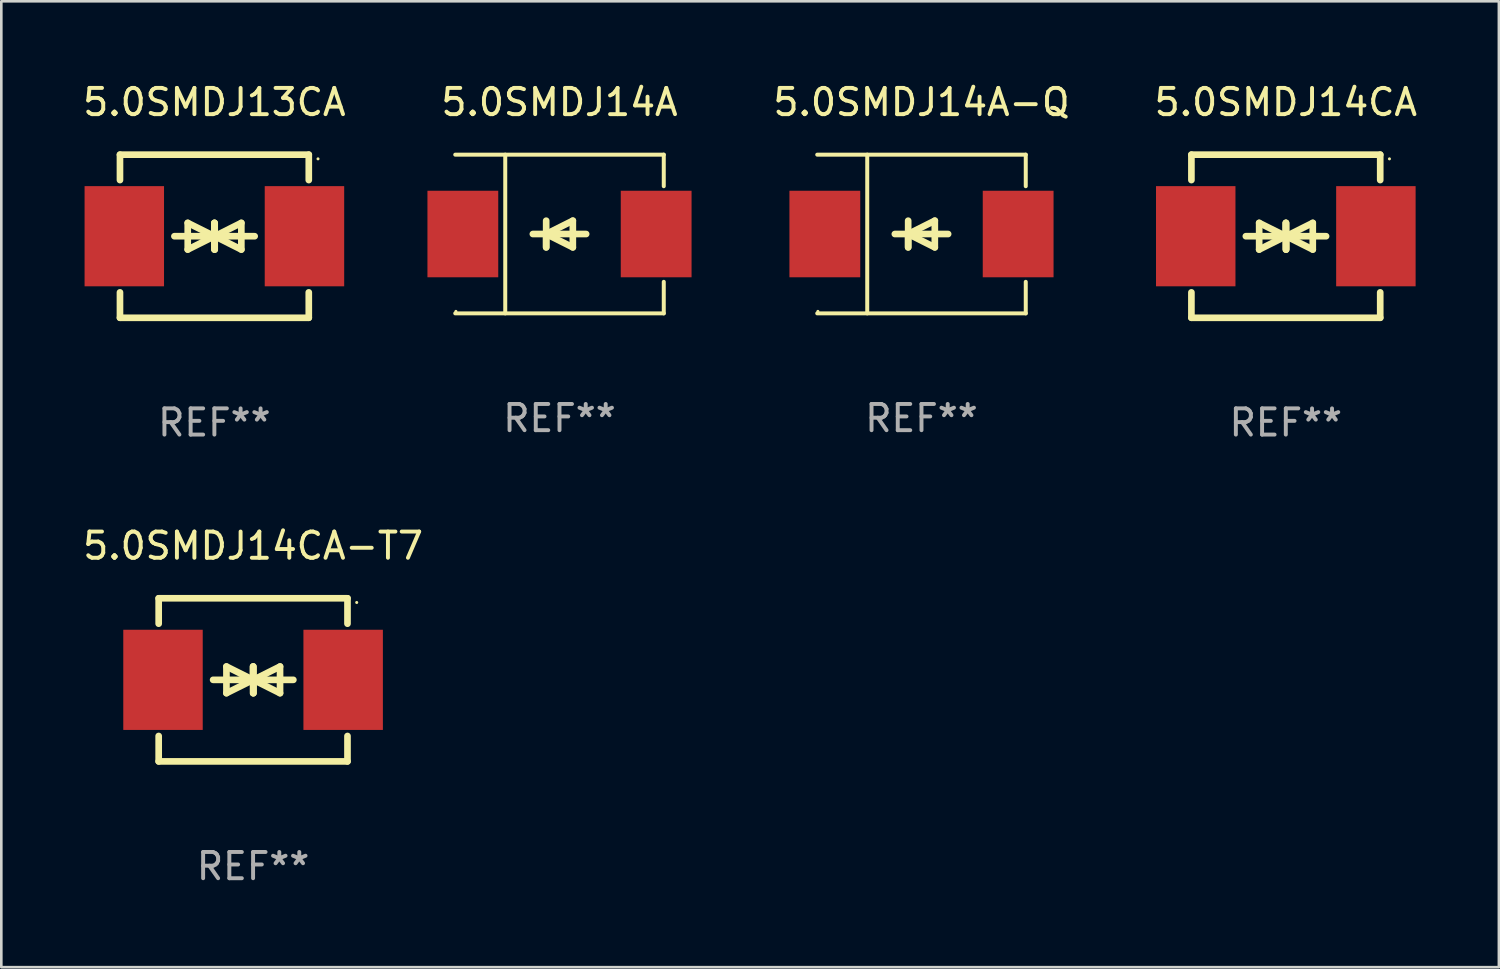
<source format=kicad_pcb>
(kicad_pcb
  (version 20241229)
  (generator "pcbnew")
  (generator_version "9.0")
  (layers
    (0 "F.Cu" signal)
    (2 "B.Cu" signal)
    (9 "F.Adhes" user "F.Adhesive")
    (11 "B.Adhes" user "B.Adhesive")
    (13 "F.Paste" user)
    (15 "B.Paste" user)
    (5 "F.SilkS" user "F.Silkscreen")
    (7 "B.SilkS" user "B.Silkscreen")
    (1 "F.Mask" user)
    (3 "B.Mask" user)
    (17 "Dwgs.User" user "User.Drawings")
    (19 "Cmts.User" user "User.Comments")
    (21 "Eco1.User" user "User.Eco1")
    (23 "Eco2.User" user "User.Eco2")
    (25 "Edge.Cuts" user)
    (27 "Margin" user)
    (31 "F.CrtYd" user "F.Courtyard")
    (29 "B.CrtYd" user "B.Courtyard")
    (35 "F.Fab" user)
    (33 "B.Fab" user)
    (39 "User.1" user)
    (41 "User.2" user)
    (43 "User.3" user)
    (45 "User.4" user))
  (footprint "5.0SMDJ13CA"
    (layer "F.Cu")
    (at 5.125 5.958)
    (property "Reference" "5.0SMDJ13CA" (at 0 -5.11 0) (layer "F.SilkS") (effects (font (size 1 1) (thickness 0.15))))
    (attr through_hole)
    (fp_line (start -3.6 -2.141) (end -3.6 -3.11) (stroke (width 0.254) (type solid)) (layer "F.SilkS"))
    (fp_line (start -3.6 3.11) (end -3.6 2.141) (stroke (width 0.254) (type solid)) (layer "F.SilkS"))
    (fp_line (start -1.524 0) (end 0.508 0) (stroke (width 0.254) (type solid)) (layer "F.SilkS"))
    (fp_line (start -1.016 -0.508) (end -1.016 0.508) (stroke (width 0.254) (type solid)) (layer "F.SilkS"))
    (fp_line (start -1.016 0.508) (end 0 0) (stroke (width 0.254) (type solid)) (layer "F.SilkS"))
    (fp_line (start 0 -0.508) (end 0 0.508) (stroke (width 0.254) (type solid)) (layer "F.SilkS"))
    (fp_line (start 0 0) (end -1.016 -0.508) (stroke (width 0.254) (type solid)) (layer "F.SilkS"))
    (fp_line (start 0 0) (end 0 -0.508) (stroke (width 0.254) (type solid)) (layer "F.SilkS"))
    (fp_line (start 0.012 0) (end 0.012 0.508) (stroke (width 0.254) (type solid)) (layer "F.SilkS"))
    (fp_line (start 0.012 0) (end 1.028 0.508) (stroke (width 0.254) (type solid)) (layer "F.SilkS"))
    (fp_line (start 0.012 0.508) (end 0.012 -0.508) (stroke (width 0.254) (type solid)) (layer "F.SilkS"))
    (fp_line (start 1.028 -0.508) (end 0.012 0) (stroke (width 0.254) (type solid)) (layer "F.SilkS"))
    (fp_line (start 1.028 0.508) (end 1.028 -0.508) (stroke (width 0.254) (type solid)) (layer "F.SilkS"))
    (fp_line (start 1.536 0) (end -0.496 0) (stroke (width 0.254) (type solid)) (layer "F.SilkS"))
    (fp_line (start 3.6 -3.11) (end -3.6 -3.11) (stroke (width 0.254) (type solid)) (layer "F.SilkS"))
    (fp_line (start 3.6 -2.141) (end 3.6 -3.11) (stroke (width 0.254) (type solid)) (layer "F.SilkS"))
    (fp_line (start 3.6 3.11) (end -3.6 3.11) (stroke (width 0.254) (type solid)) (layer "F.SilkS"))
    (fp_line (start 3.6 3.11) (end 3.6 2.141) (stroke (width 0.254) (type solid)) (layer "F.SilkS"))
    (fp_circle (center 3.952 -2.95) (end 3.982 -2.95) (stroke (width 0.06) (type solid)) (fill no) (layer "F.SilkS"))
    (fp_text user "REF**" (at 0 7.11 0) (layer "F.Fab") (effects (font (size 1 1) (thickness 0.15))))
    (pad "1" smd rect (at 3.435 0) (size 3.03 3.82) (layers "F.Cu" "F.Mask" "F.Paste"))
    (pad "2" smd rect (at -3.435 0) (size 3.03 3.82) (layers "F.Cu" "F.Mask" "F.Paste")))
  (footprint "5.0SMDJ14A-Q"
    (layer "F.Cu")
    (at 32.09 5.874)
    (property "Reference" "5.0SMDJ14A-Q" (at 0 -5.026 0) (layer "F.SilkS") (effects (font (size 1 1) (thickness 0.15))))
    (attr through_hole)
    (fp_line (start -3.976 -3.026) (end 3.976 -3.026) (stroke (width 0.152) (type solid)) (layer "F.SilkS"))
    (fp_line (start -3.976 3.026) (end 3.976 3.026) (stroke (width 0.152) (type solid)) (layer "F.SilkS"))
    (fp_line (start -2.069 -3.026) (end -2.069 3.026) (stroke (width 0.152) (type solid)) (layer "F.SilkS"))
    (fp_line (start -0.508 0) (end -0.508 0.508) (stroke (width 0.254) (type solid)) (layer "F.SilkS"))
    (fp_line (start -0.508 0) (end 0.508 0.508) (stroke (width 0.254) (type solid)) (layer "F.SilkS"))
    (fp_line (start -0.508 0.508) (end -0.508 -0.508) (stroke (width 0.254) (type solid)) (layer "F.SilkS"))
    (fp_line (start 0.508 -0.508) (end -0.508 0) (stroke (width 0.254) (type solid)) (layer "F.SilkS"))
    (fp_line (start 0.508 0.508) (end 0.508 -0.508) (stroke (width 0.254) (type solid)) (layer "F.SilkS"))
    (fp_line (start 1.016 0) (end -1.016 0) (stroke (width 0.254) (type solid)) (layer "F.SilkS"))
    (fp_line (start 3.976 -3.026) (end 3.976 -1.823) (stroke (width 0.152) (type solid)) (layer "F.SilkS"))
    (fp_line (start 3.976 3.026) (end 3.976 1.823) (stroke (width 0.152) (type solid)) (layer "F.SilkS"))
    (fp_circle (center -3.95 2.95) (end -3.92 2.95) (stroke (width 0.06) (type solid)) (fill no) (layer "F.SilkS"))
    (fp_text user "REF**" (at 0 7.026 0) (layer "F.Fab") (effects (font (size 1 1) (thickness 0.15))))
    (pad "1" smd rect (at -3.686 0) (size 2.7 3.3) (layers "F.Cu" "F.Mask" "F.Paste"))
    (pad "2" smd rect (at 3.686 0) (size 2.7 3.3) (layers "F.Cu" "F.Mask" "F.Paste")))
  (footprint "5.0SMDJ14CA-T7"
    (layer "F.Cu")
    (at 6.601 22.875)
    (property "Reference" "5.0SMDJ14CA-T7" (at 0 -5.11 0) (layer "F.SilkS") (effects (font (size 1 1) (thickness 0.15))))
    (attr through_hole)
    (fp_line (start -3.6 -2.141) (end -3.6 -3.11) (stroke (width 0.254) (type solid)) (layer "F.SilkS"))
    (fp_line (start -3.6 3.11) (end -3.6 2.141) (stroke (width 0.254) (type solid)) (layer "F.SilkS"))
    (fp_line (start -1.524 0) (end 0.508 0) (stroke (width 0.254) (type solid)) (layer "F.SilkS"))
    (fp_line (start -1.016 -0.508) (end -1.016 0.508) (stroke (width 0.254) (type solid)) (layer "F.SilkS"))
    (fp_line (start -1.016 0.508) (end 0 0) (stroke (width 0.254) (type solid)) (layer "F.SilkS"))
    (fp_line (start 0 -0.508) (end 0 0.508) (stroke (width 0.254) (type solid)) (layer "F.SilkS"))
    (fp_line (start 0 0) (end -1.016 -0.508) (stroke (width 0.254) (type solid)) (layer "F.SilkS"))
    (fp_line (start 0 0) (end 0 -0.508) (stroke (width 0.254) (type solid)) (layer "F.SilkS"))
    (fp_line (start 0.012 0) (end 0.012 0.508) (stroke (width 0.254) (type solid)) (layer "F.SilkS"))
    (fp_line (start 0.012 0) (end 1.028 0.508) (stroke (width 0.254) (type solid)) (layer "F.SilkS"))
    (fp_line (start 0.012 0.508) (end 0.012 -0.508) (stroke (width 0.254) (type solid)) (layer "F.SilkS"))
    (fp_line (start 1.028 -0.508) (end 0.012 0) (stroke (width 0.254) (type solid)) (layer "F.SilkS"))
    (fp_line (start 1.028 0.508) (end 1.028 -0.508) (stroke (width 0.254) (type solid)) (layer "F.SilkS"))
    (fp_line (start 1.536 0) (end -0.496 0) (stroke (width 0.254) (type solid)) (layer "F.SilkS"))
    (fp_line (start 3.6 -3.11) (end -3.6 -3.11) (stroke (width 0.254) (type solid)) (layer "F.SilkS"))
    (fp_line (start 3.6 -2.141) (end 3.6 -3.11) (stroke (width 0.254) (type solid)) (layer "F.SilkS"))
    (fp_line (start 3.6 3.11) (end -3.6 3.11) (stroke (width 0.254) (type solid)) (layer "F.SilkS"))
    (fp_line (start 3.6 3.11) (end 3.6 2.141) (stroke (width 0.254) (type solid)) (layer "F.SilkS"))
    (fp_circle (center 3.952 -2.95) (end 3.982 -2.95) (stroke (width 0.06) (type solid)) (fill no) (layer "F.SilkS"))
    (fp_text user "REF**" (at 0 7.11 0) (layer "F.Fab") (effects (font (size 1 1) (thickness 0.15))))
    (pad "1" smd rect (at 3.435 0) (size 3.03 3.82) (layers "F.Cu" "F.Mask" "F.Paste"))
    (pad "2" smd rect (at -3.435 0) (size 3.03 3.82) (layers "F.Cu" "F.Mask" "F.Paste")))
  (footprint "5.0SMDJ14CA"
    (layer "F.Cu")
    (at 45.983 5.958)
    (property "Reference" "5.0SMDJ14CA" (at 0 -5.11 0) (layer "F.SilkS") (effects (font (size 1 1) (thickness 0.15))))
    (attr through_hole)
    (fp_line (start -3.6 -2.141) (end -3.6 -3.11) (stroke (width 0.254) (type solid)) (layer "F.SilkS"))
    (fp_line (start -3.6 3.11) (end -3.6 2.141) (stroke (width 0.254) (type solid)) (layer "F.SilkS"))
    (fp_line (start -1.524 0) (end 0.508 0) (stroke (width 0.254) (type solid)) (layer "F.SilkS"))
    (fp_line (start -1.016 -0.508) (end -1.016 0.508) (stroke (width 0.254) (type solid)) (layer "F.SilkS"))
    (fp_line (start -1.016 0.508) (end 0 0) (stroke (width 0.254) (type solid)) (layer "F.SilkS"))
    (fp_line (start 0 -0.508) (end 0 0.508) (stroke (width 0.254) (type solid)) (layer "F.SilkS"))
    (fp_line (start 0 0) (end -1.016 -0.508) (stroke (width 0.254) (type solid)) (layer "F.SilkS"))
    (fp_line (start 0 0) (end 0 -0.508) (stroke (width 0.254) (type solid)) (layer "F.SilkS"))
    (fp_line (start 0.012 0) (end 0.012 0.508) (stroke (width 0.254) (type solid)) (layer "F.SilkS"))
    (fp_line (start 0.012 0) (end 1.028 0.508) (stroke (width 0.254) (type solid)) (layer "F.SilkS"))
    (fp_line (start 0.012 0.508) (end 0.012 -0.508) (stroke (width 0.254) (type solid)) (layer "F.SilkS"))
    (fp_line (start 1.028 -0.508) (end 0.012 0) (stroke (width 0.254) (type solid)) (layer "F.SilkS"))
    (fp_line (start 1.028 0.508) (end 1.028 -0.508) (stroke (width 0.254) (type solid)) (layer "F.SilkS"))
    (fp_line (start 1.536 0) (end -0.496 0) (stroke (width 0.254) (type solid)) (layer "F.SilkS"))
    (fp_line (start 3.6 -3.11) (end -3.6 -3.11) (stroke (width 0.254) (type solid)) (layer "F.SilkS"))
    (fp_line (start 3.6 -2.141) (end 3.6 -3.11) (stroke (width 0.254) (type solid)) (layer "F.SilkS"))
    (fp_line (start 3.6 3.11) (end -3.6 3.11) (stroke (width 0.254) (type solid)) (layer "F.SilkS"))
    (fp_line (start 3.6 3.11) (end 3.6 2.141) (stroke (width 0.254) (type solid)) (layer "F.SilkS"))
    (fp_circle (center 3.952 -2.95) (end 3.982 -2.95) (stroke (width 0.06) (type solid)) (fill no) (layer "F.SilkS"))
    (fp_text user "REF**" (at 0 7.11 0) (layer "F.Fab") (effects (font (size 1 1) (thickness 0.15))))
    (pad "1" smd rect (at 3.435 0) (size 3.03 3.82) (layers "F.Cu" "F.Mask" "F.Paste"))
    (pad "2" smd rect (at -3.435 0) (size 3.03 3.82) (layers "F.Cu" "F.Mask" "F.Paste")))
  (footprint "5.0SMDJ14A"
    (layer "F.Cu")
    (at 18.286 5.874)
    (property "Reference" "5.0SMDJ14A" (at 0 -5.026 0) (layer "F.SilkS") (effects (font (size 1 1) (thickness 0.15))))
    (attr through_hole)
    (fp_line (start -3.976 -3.026) (end 3.976 -3.026) (stroke (width 0.152) (type solid)) (layer "F.SilkS"))
    (fp_line (start -3.976 3.026) (end 3.976 3.026) (stroke (width 0.152) (type solid)) (layer "F.SilkS"))
    (fp_line (start -2.069 -3.026) (end -2.069 3.026) (stroke (width 0.152) (type solid)) (layer "F.SilkS"))
    (fp_line (start -0.508 0) (end -0.508 0.508) (stroke (width 0.254) (type solid)) (layer "F.SilkS"))
    (fp_line (start -0.508 0) (end 0.508 0.508) (stroke (width 0.254) (type solid)) (layer "F.SilkS"))
    (fp_line (start -0.508 0.508) (end -0.508 -0.508) (stroke (width 0.254) (type solid)) (layer "F.SilkS"))
    (fp_line (start 0.508 -0.508) (end -0.508 0) (stroke (width 0.254) (type solid)) (layer "F.SilkS"))
    (fp_line (start 0.508 0.508) (end 0.508 -0.508) (stroke (width 0.254) (type solid)) (layer "F.SilkS"))
    (fp_line (start 1.016 0) (end -1.016 0) (stroke (width 0.254) (type solid)) (layer "F.SilkS"))
    (fp_line (start 3.976 -3.026) (end 3.976 -1.823) (stroke (width 0.152) (type solid)) (layer "F.SilkS"))
    (fp_line (start 3.976 3.026) (end 3.976 1.823) (stroke (width 0.152) (type solid)) (layer "F.SilkS"))
    (fp_circle (center -3.95 2.95) (end -3.92 2.95) (stroke (width 0.06) (type solid)) (fill no) (layer "F.SilkS"))
    (fp_text user "REF**" (at 0 7.026 0) (layer "F.Fab") (effects (font (size 1 1) (thickness 0.15))))
    (pad "1" smd rect (at -3.686 0) (size 2.7 3.3) (layers "F.Cu" "F.Mask" "F.Paste"))
    (pad "2" smd rect (at 3.686 0) (size 2.7 3.3) (layers "F.Cu" "F.Mask" "F.Paste")))
  (gr_rect
    (start -3 -3)
    (end 54.108 33.833)
    (stroke (width 0.1) (type default))
    (fill no)
    (layer "Edge.Cuts")))
</source>
